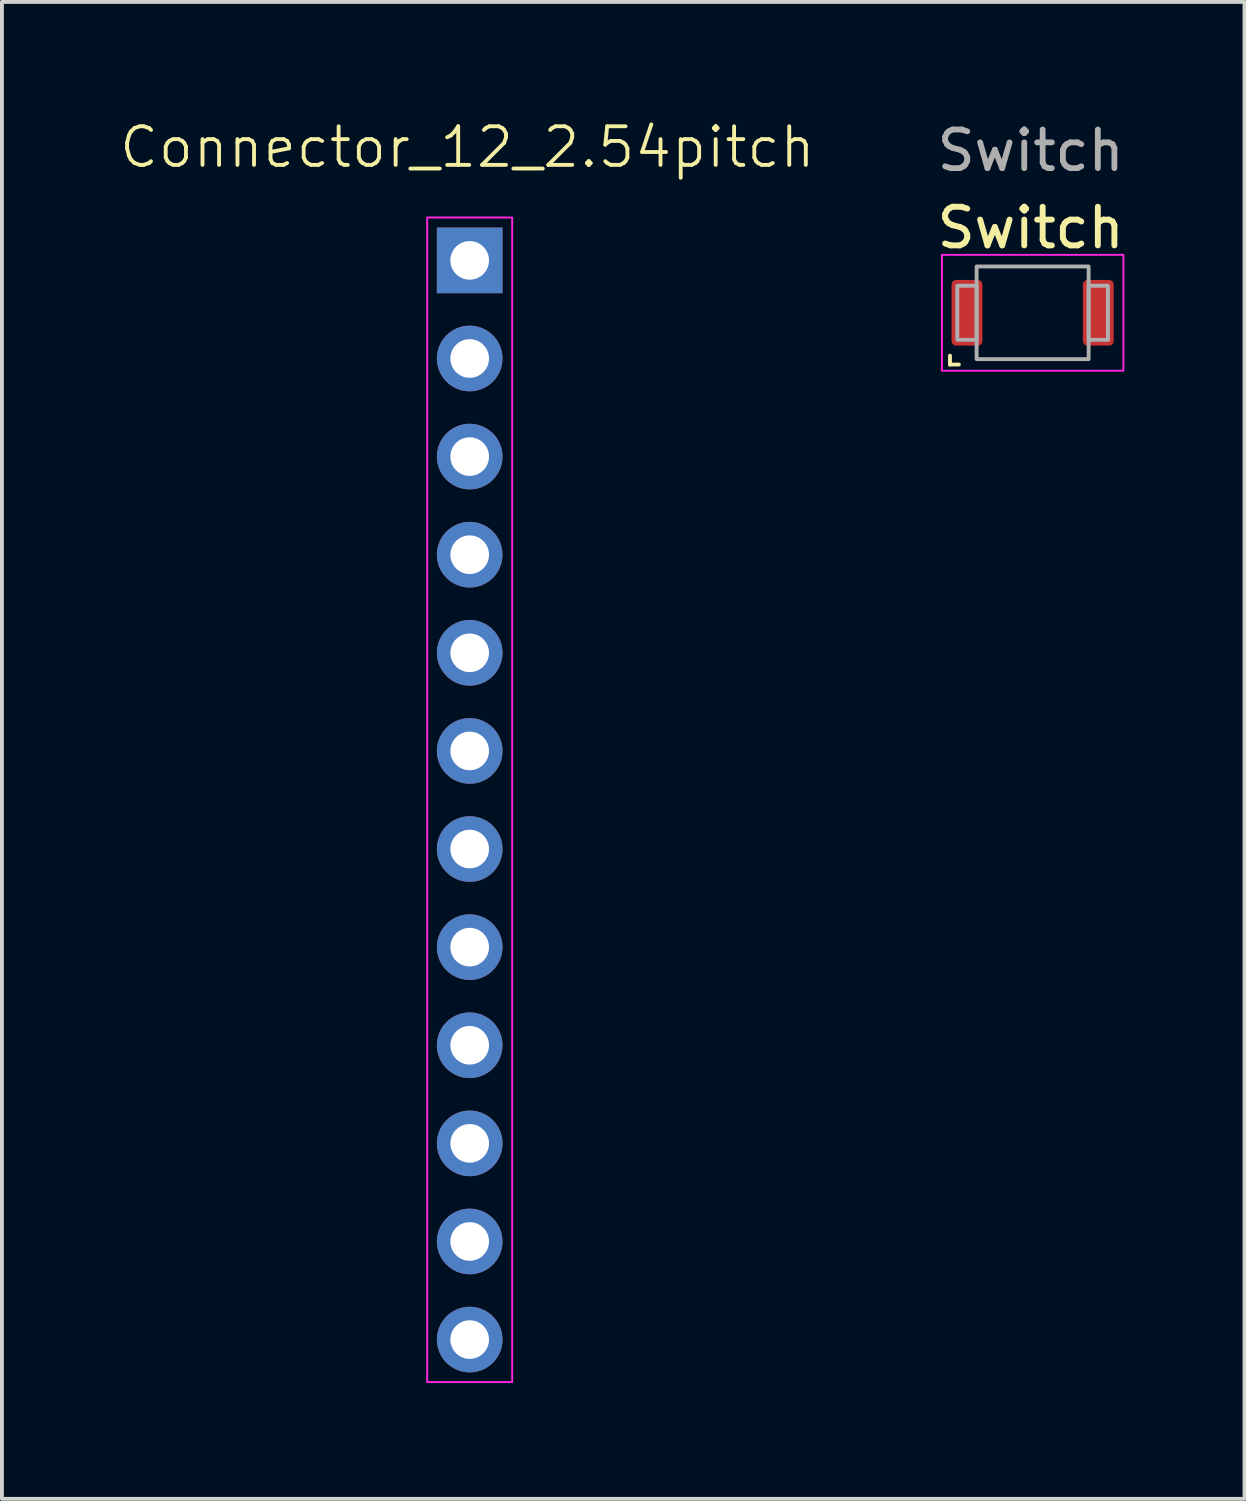
<source format=kicad_pcb>
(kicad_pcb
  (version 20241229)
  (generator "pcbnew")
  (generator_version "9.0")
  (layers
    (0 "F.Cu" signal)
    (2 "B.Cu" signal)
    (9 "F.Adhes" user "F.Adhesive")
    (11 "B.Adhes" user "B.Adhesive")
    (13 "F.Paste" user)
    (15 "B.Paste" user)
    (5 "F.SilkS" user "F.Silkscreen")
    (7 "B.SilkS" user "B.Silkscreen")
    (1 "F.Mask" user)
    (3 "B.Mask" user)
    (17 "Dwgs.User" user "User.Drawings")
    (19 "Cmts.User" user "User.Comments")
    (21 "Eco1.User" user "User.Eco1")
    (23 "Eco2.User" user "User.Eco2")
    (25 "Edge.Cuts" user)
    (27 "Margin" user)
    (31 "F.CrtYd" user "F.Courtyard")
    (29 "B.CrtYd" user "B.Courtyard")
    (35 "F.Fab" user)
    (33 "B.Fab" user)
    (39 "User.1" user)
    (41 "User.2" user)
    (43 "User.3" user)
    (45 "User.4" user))
  (footprint "Connector_12_2.54pitch"
    (layer "F.Cu")
    (at 9.11 3.691)
    (property "Reference" "Connector_12_2.54pitch" (at -0.06 -2.93 0) (unlocked yes) (layer "F.SilkS") (effects (font (size 1 1) (thickness 0.1))))
    (attr exclude_from_pos_files exclude_from_bom)
    (fp_rect (start -1.1 -1.11) (end 1.1 29.04) (stroke (width 0.05) (type default)) (fill no) (layer "F.CrtYd"))
    (pad "1" thru_hole rect (at 0 0) (size 1.7 1.7) (drill 1) (layers "*.Cu" "*.Mask"))
    (pad "2" thru_hole circle (at 0 2.54) (size 1.7 1.7) (drill 1) (layers "*.Cu" "*.Mask"))
    (pad "3" thru_hole circle (at 0 5.08) (size 1.7 1.7) (drill 1) (layers "*.Cu" "*.Mask"))
    (pad "4" thru_hole circle (at 0 7.62) (size 1.7 1.7) (drill 1) (layers "*.Cu" "*.Mask"))
    (pad "5" thru_hole circle (at 0 10.16) (size 1.7 1.7) (drill 1) (layers "*.Cu" "*.Mask"))
    (pad "6" thru_hole circle (at 0 12.7) (size 1.7 1.7) (drill 1) (layers "*.Cu" "*.Mask"))
    (pad "7" thru_hole circle (at 0 15.24) (size 1.7 1.7) (drill 1) (layers "*.Cu" "*.Mask"))
    (pad "8" thru_hole circle (at 0 17.78 90) (size 1.7 1.7) (drill 1) (layers "*.Cu" "*.Mask"))
    (pad "9" thru_hole circle (at 0 20.32) (size 1.7 1.7) (drill 1) (layers "*.Cu" "*.Mask"))
    (pad "10" thru_hole circle (at 0 22.86 90) (size 1.7 1.7) (drill 1) (layers "*.Cu" "*.Mask"))
    (pad "11" thru_hole circle (at 0 25.4) (size 1.7 1.7) (drill 1) (layers "*.Cu" "*.Mask"))
    (pad "12" thru_hole circle (at 0 27.94) (size 1.7 1.7) (drill 1) (layers "*.Cu" "*.Mask")))
  (footprint "Switch"
    (layer "F.Cu")
    (at 23.684 5.048)
    (property "Reference" "Switch" (at -0.05 -2.2 0) (unlocked yes) (layer "F.SilkS") (effects (font (size 1 1) (thickness 0.153))))
    (attr smd)
    (fp_line (start -2.14 1.11) (end -2.14 1.34) (stroke (width 0.1) (type default)) (layer "F.SilkS"))
    (fp_line (start -2.14 1.34) (end -1.91 1.34) (stroke (width 0.1) (type default)) (layer "F.SilkS"))
    (fp_rect (start -2.35 -1.5) (end 2.35 1.5) (stroke (width 0.05) (type default)) (fill no) (layer "F.CrtYd"))
    (fp_rect (start -1.95 -0.7) (end -1.45 0.7) (stroke (width 0.1) (type default)) (fill no) (layer "F.Fab"))
    (fp_rect (start -1.45 -1.2) (end 1.45 1.2) (stroke (width 0.1) (type default)) (fill no) (layer "F.Fab"))
    (fp_rect (start 1.45 -0.7) (end 1.95 0.7) (stroke (width 0.1) (type default)) (fill no) (layer "F.Fab"))
    (fp_text user "${REFERENCE}" (at -0.05 -4.2 0) (unlocked yes) (layer "F.Fab") (effects (font (size 1 1) (thickness 0.15))))
    (pad "1" smd roundrect (at -1.7 0) (size 0.8 1.7) (layers "F.Cu" "F.Mask" "F.Paste") (roundrect_rratio 0.15))
    (pad "2" smd roundrect (at 1.7 0) (size 0.8 1.7) (layers "F.Cu" "F.Mask" "F.Paste") (roundrect_rratio 0.15)))
  (gr_rect
    (start -3 -3)
    (end 29.169 35.755)
    (stroke (width 0.1) (type default))
    (fill no)
    (layer "Edge.Cuts")))
</source>
